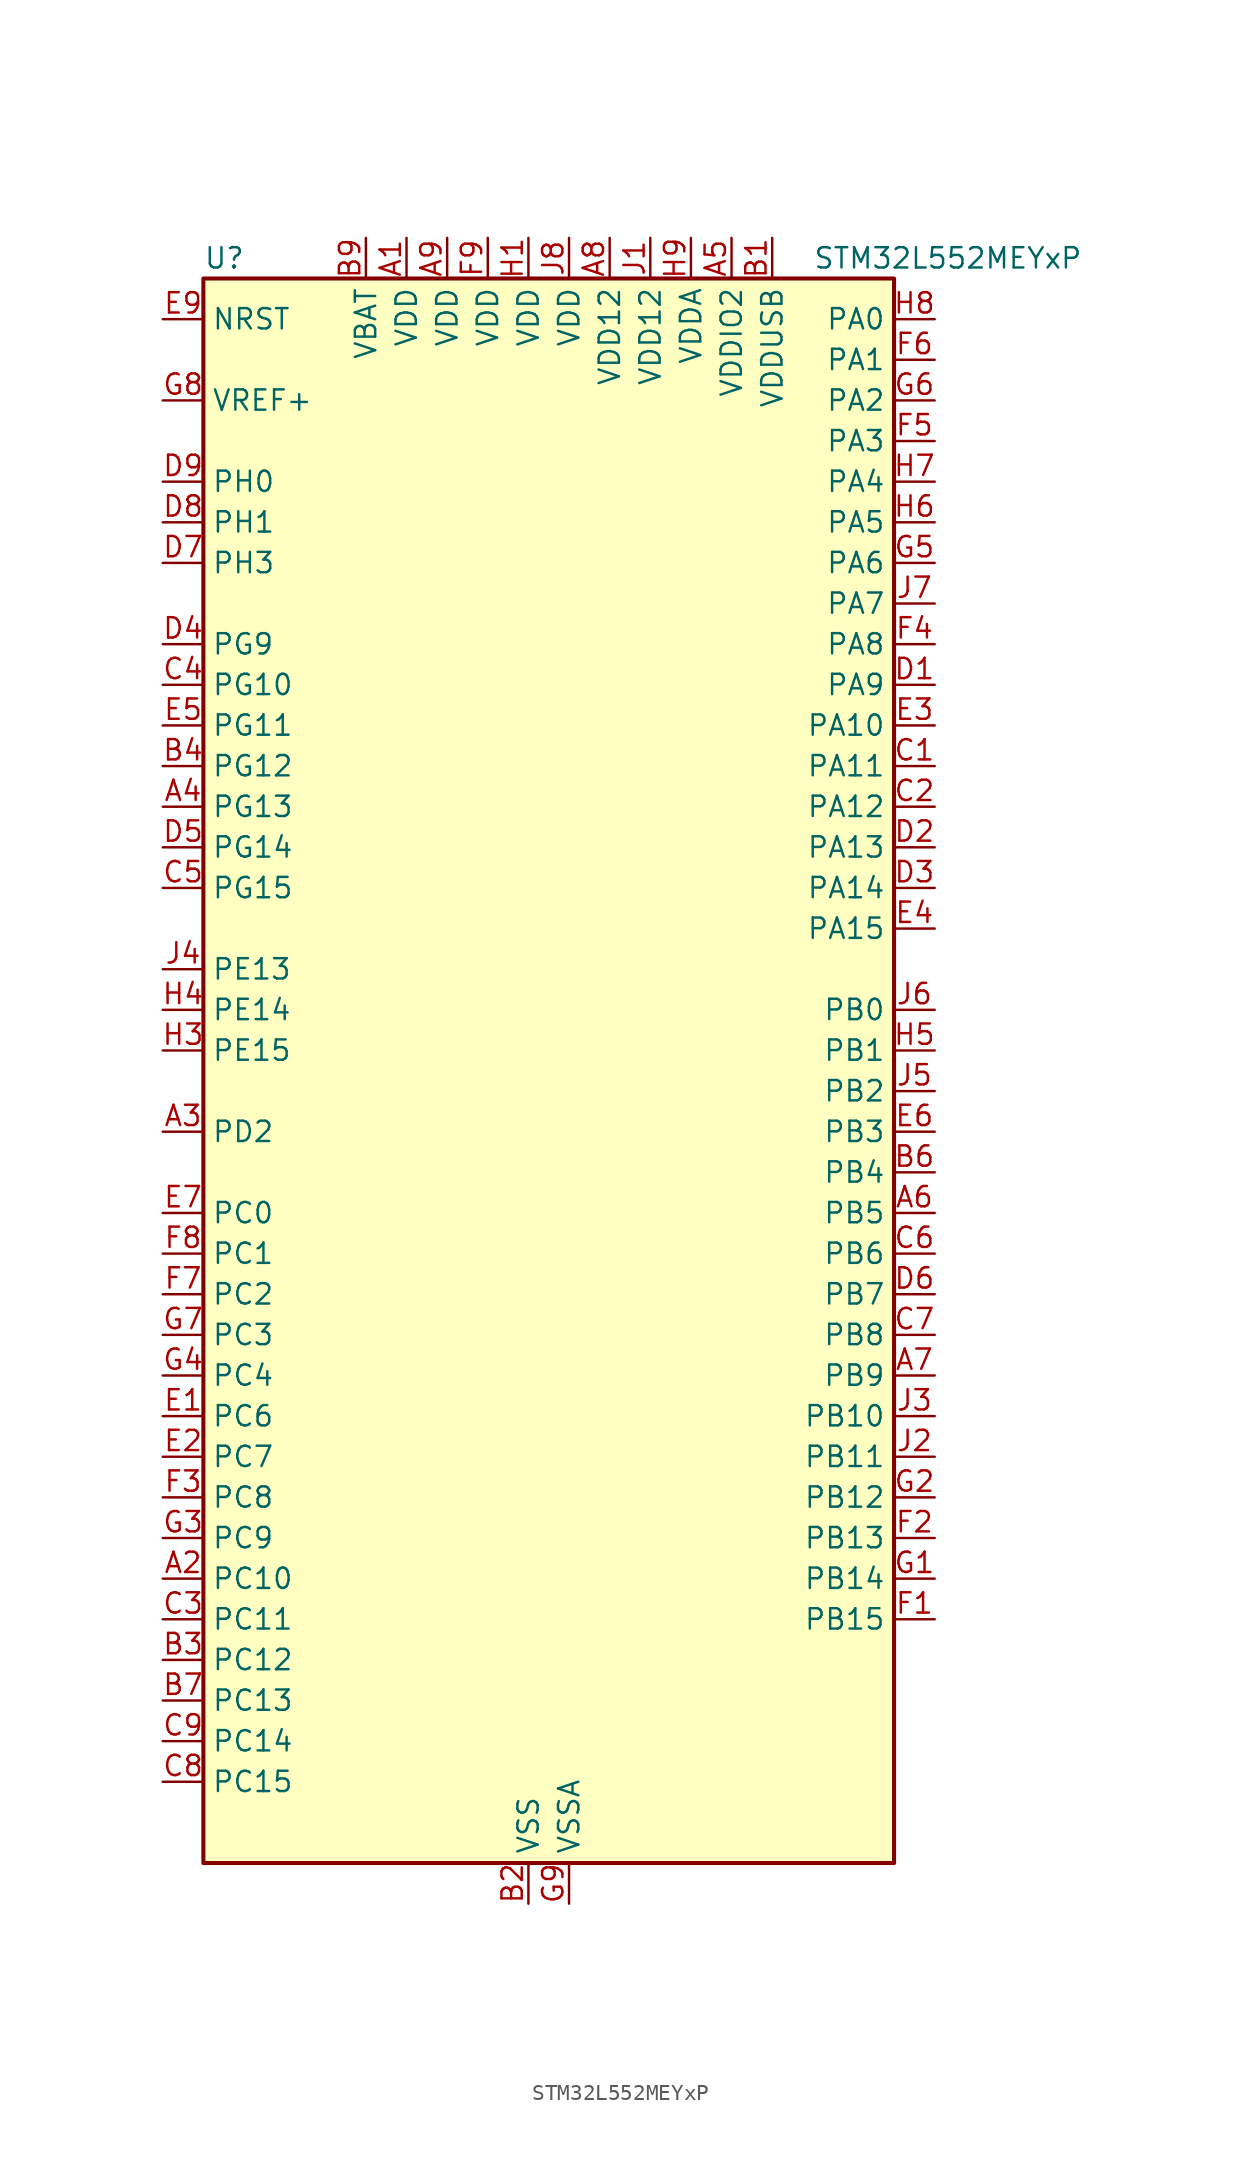
<source format=kicad_sym>
(kicad_symbol_lib
  (version 20220914)
  (generator kicad_symbol_editor)
  (symbol "STM32L552MEYxP"
    (property "Reference" "U"
      (at -20.32 52.07 0)
      (effects (font (size 1.27 1.27)) (justify left)))
    (property "Value" "STM32L552MEYxP"
      (at 17.78 52.07 0)
      (effects (font (size 1.27 1.27)) (justify left)))
    (property "ki_locked" ""
      (at 0 0 0)
      (effects (font (size 1.27 1.27))))
    (symbol "STM32L552MEYxP_0_1"
      (rectangle (start -20.32 -48.26) (end 22.86 50.8) (stroke (width 0.254) (type default)) (fill (type background))))
    (symbol "STM32L552MEYxP_1_1"
      (pin power_in line (at -7.62 53.34 270) (length 2.54) (name "VDD" (effects (font (size 1.27 1.27)))) (number "A1" (effects (font (size 1.27 1.27)))))
      (pin bidirectional line (at -22.86 -30.48 0) (length 2.54) (name "PC10" (effects (font (size 1.27 1.27)))) (number "A2" (effects (font (size 1.27 1.27)))) (alternate "DEBUG_TRACED1" bidirectional line) (alternate "LPTIM3_ETR" bidirectional line) (alternate "SAI2_SCK_B" bidirectional line) (alternate "SDMMC1_D2" bidirectional line) (alternate "SPI3_SCK" bidirectional line) (alternate "TSC_G3_IO2" bidirectional line) (alternate "UART4_TX" bidirectional line) (alternate "USART3_TX" bidirectional line))
      (pin bidirectional line (at -22.86 -2.54 0) (length 2.54) (name "PD2" (effects (font (size 1.27 1.27)))) (number "A3" (effects (font (size 1.27 1.27)))) (alternate "DEBUG_TRACED2" bidirectional line) (alternate "SDMMC1_CMD" bidirectional line) (alternate "TIM3_ETR" bidirectional line) (alternate "TSC_SYNC" bidirectional line) (alternate "UART5_RX" bidirectional line) (alternate "USART3_DE" bidirectional line) (alternate "USART3_RTS" bidirectional line))
      (pin bidirectional line (at -22.86 17.78 0) (length 2.54) (name "PG13" (effects (font (size 1.27 1.27)))) (number "A4" (effects (font (size 1.27 1.27)))) (alternate "I2C1_SDA" bidirectional line) (alternate "USART1_CK" bidirectional line))
      (pin power_in line (at 12.7 53.34 270) (length 2.54) (name "VDDIO2" (effects (font (size 1.27 1.27)))) (number "A5" (effects (font (size 1.27 1.27)))))
      (pin bidirectional line (at 25.4 -7.62 180) (length 2.54) (name "PB5" (effects (font (size 1.27 1.27)))) (number "A6" (effects (font (size 1.27 1.27)))) (alternate "COMP2_OUT" bidirectional line) (alternate "I2C1_SMBA" bidirectional line) (alternate "LPTIM1_IN1" bidirectional line) (alternate "OCTOSPI1_NCLK" bidirectional line) (alternate "SAI1_SD_B" bidirectional line) (alternate "SPI1_MOSI" bidirectional line) (alternate "SPI3_MOSI" bidirectional line) (alternate "TIM16_BKIN" bidirectional line) (alternate "TIM3_CH2" bidirectional line) (alternate "TSC_G2_IO2" bidirectional line) (alternate "UART5_CTS" bidirectional line) (alternate "UCPD1_DBCC1" bidirectional line) (alternate "USART1_CK" bidirectional line))
      (pin bidirectional line (at 25.4 -17.78 180) (length 2.54) (name "PB9" (effects (font (size 1.27 1.27)))) (number "A7" (effects (font (size 1.27 1.27)))) (alternate "DAC1_EXTI9" bidirectional line) (alternate "FDCAN1_TX" bidirectional line) (alternate "I2C1_SDA" bidirectional line) (alternate "IR_OUT" bidirectional line) (alternate "SAI1_D2" bidirectional line) (alternate "SAI1_FS_A" bidirectional line) (alternate "SDMMC1_CDIR" bidirectional line) (alternate "SDMMC1_D5" bidirectional line) (alternate "SPI2_NSS" bidirectional line) (alternate "TIM17_CH1" bidirectional line) (alternate "TIM4_CH4" bidirectional line))
      (pin power_in line (at 5.08 53.34 270) (length 2.54) (name "VDD12" (effects (font (size 1.27 1.27)))) (number "A8" (effects (font (size 1.27 1.27)))))
      (pin power_in line (at -5.08 53.34 270) (length 2.54) (name "VDD" (effects (font (size 1.27 1.27)))) (number "A9" (effects (font (size 1.27 1.27)))))
      (pin power_in line (at 15.24 53.34 270) (length 2.54) (name "VDDUSB" (effects (font (size 1.27 1.27)))) (number "B1" (effects (font (size 1.27 1.27)))))
      (pin power_in line (at 0 -50.8 90) (length 2.54) (name "VSS" (effects (font (size 1.27 1.27)))) (number "B2" (effects (font (size 1.27 1.27)))))
      (pin bidirectional line (at -22.86 -35.56 0) (length 2.54) (name "PC12" (effects (font (size 1.27 1.27)))) (number "B3" (effects (font (size 1.27 1.27)))) (alternate "DEBUG_TRACED3" bidirectional line) (alternate "SAI2_SD_B" bidirectional line) (alternate "SDMMC1_CK" bidirectional line) (alternate "SPI3_MOSI" bidirectional line) (alternate "TSC_G3_IO4" bidirectional line) (alternate "UART5_TX" bidirectional line) (alternate "USART3_CK" bidirectional line))
      (pin bidirectional line (at -22.86 20.32 0) (length 2.54) (name "PG12" (effects (font (size 1.27 1.27)))) (number "B4" (effects (font (size 1.27 1.27)))) (alternate "LPTIM1_ETR" bidirectional line) (alternate "SAI2_SD_A" bidirectional line) (alternate "SPI3_NSS" bidirectional line) (alternate "USART1_DE" bidirectional line) (alternate "USART1_RTS" bidirectional line))
      (pin passive line (at 0 -50.8 90) (length 2.54) hide (name "VSS" (effects (font (size 1.27 1.27)))) (number "B5" (effects (font (size 1.27 1.27)))))
      (pin bidirectional line (at 25.4 -5.08 180) (length 2.54) (name "PB4" (effects (font (size 1.27 1.27)))) (number "B6" (effects (font (size 1.27 1.27)))) (alternate "COMP2_INP" bidirectional line) (alternate "DEBUG_JTRST" bidirectional line) (alternate "I2C3_SDA" bidirectional line) (alternate "SAI1_MCLK_B" bidirectional line) (alternate "SPI1_MISO" bidirectional line) (alternate "SPI3_MISO" bidirectional line) (alternate "TIM17_BKIN" bidirectional line) (alternate "TIM3_CH1" bidirectional line) (alternate "TSC_G2_IO1" bidirectional line) (alternate "UART5_DE" bidirectional line) (alternate "UART5_RTS" bidirectional line) (alternate "USART1_CTS" bidirectional line) (alternate "USART1_NSS" bidirectional line))
      (pin bidirectional line (at -22.86 -38.1 0) (length 2.54) (name "PC13" (effects (font (size 1.27 1.27)))) (number "B7" (effects (font (size 1.27 1.27)))) (alternate "PWR_WKUP2" bidirectional line) (alternate "RTC_OUT1" bidirectional line) (alternate "RTC_TS" bidirectional line) (alternate "TAMP_IN1" bidirectional line) (alternate "TAMP_OUT2" bidirectional line))
      (pin passive line (at 0 -50.8 90) (length 2.54) hide (name "VSS" (effects (font (size 1.27 1.27)))) (number "B8" (effects (font (size 1.27 1.27)))))
      (pin power_in line (at -10.16 53.34 270) (length 2.54) (name "VBAT" (effects (font (size 1.27 1.27)))) (number "B9" (effects (font (size 1.27 1.27)))))
      (pin bidirectional line (at 25.4 20.32 180) (length 2.54) (name "PA11" (effects (font (size 1.27 1.27)))) (number "C1" (effects (font (size 1.27 1.27)))) (alternate "ADC1_EXTI11" bidirectional line) (alternate "ADC2_EXTI11" bidirectional line) (alternate "FDCAN1_RX" bidirectional line) (alternate "SPI1_MISO" bidirectional line) (alternate "TIM1_BKIN2" bidirectional line) (alternate "TIM1_CH4" bidirectional line) (alternate "USART1_CTS" bidirectional line) (alternate "USART1_NSS" bidirectional line) (alternate "USB_DM" bidirectional line))
      (pin bidirectional line (at 25.4 17.78 180) (length 2.54) (name "PA12" (effects (font (size 1.27 1.27)))) (number "C2" (effects (font (size 1.27 1.27)))) (alternate "FDCAN1_TX" bidirectional line) (alternate "SPI1_MOSI" bidirectional line) (alternate "TIM1_ETR" bidirectional line) (alternate "USART1_DE" bidirectional line) (alternate "USART1_RTS" bidirectional line) (alternate "USB_DP" bidirectional line))
      (pin bidirectional line (at -22.86 -33.02 0) (length 2.54) (name "PC11" (effects (font (size 1.27 1.27)))) (number "C3" (effects (font (size 1.27 1.27)))) (alternate "ADC1_EXTI11" bidirectional line) (alternate "ADC2_EXTI11" bidirectional line) (alternate "LPTIM3_IN1" bidirectional line) (alternate "OCTOSPI1_NCS" bidirectional line) (alternate "SAI2_MCLK_B" bidirectional line) (alternate "SDMMC1_D3" bidirectional line) (alternate "SPI3_MISO" bidirectional line) (alternate "TSC_G3_IO3" bidirectional line) (alternate "UART4_RX" bidirectional line) (alternate "UCPD1_FRSTX2" bidirectional line) (alternate "USART3_RX" bidirectional line))
      (pin bidirectional line (at -22.86 25.4 0) (length 2.54) (name "PG10" (effects (font (size 1.27 1.27)))) (number "C4" (effects (font (size 1.27 1.27)))) (alternate "LPTIM1_IN1" bidirectional line) (alternate "SAI2_FS_A" bidirectional line) (alternate "SPI3_MISO" bidirectional line) (alternate "TIM15_CH1" bidirectional line) (alternate "USART1_RX" bidirectional line))
      (pin bidirectional line (at -22.86 12.7 0) (length 2.54) (name "PG15" (effects (font (size 1.27 1.27)))) (number "C5" (effects (font (size 1.27 1.27)))) (alternate "ADC1_EXTI15" bidirectional line) (alternate "ADC2_EXTI15" bidirectional line) (alternate "I2C1_SMBA" bidirectional line) (alternate "LPTIM1_OUT" bidirectional line))
      (pin bidirectional line (at 25.4 -10.16 180) (length 2.54) (name "PB6" (effects (font (size 1.27 1.27)))) (number "C6" (effects (font (size 1.27 1.27)))) (alternate "COMP2_INP" bidirectional line) (alternate "I2C1_SCL" bidirectional line) (alternate "I2C4_SCL" bidirectional line) (alternate "LPTIM1_ETR" bidirectional line) (alternate "SAI1_FS_B" bidirectional line) (alternate "TIM16_CH1N" bidirectional line) (alternate "TIM4_CH1" bidirectional line) (alternate "TIM8_BKIN2" bidirectional line) (alternate "TSC_G2_IO3" bidirectional line) (alternate "USART1_TX" bidirectional line))
      (pin bidirectional line (at 25.4 -15.24 180) (length 2.54) (name "PB8" (effects (font (size 1.27 1.27)))) (number "C7" (effects (font (size 1.27 1.27)))) (alternate "DFSDM1_CKOUT" bidirectional line) (alternate "FDCAN1_RX" bidirectional line) (alternate "I2C1_SCL" bidirectional line) (alternate "SAI1_CK1" bidirectional line) (alternate "SAI1_MCLK_A" bidirectional line) (alternate "SDMMC1_CKIN" bidirectional line) (alternate "SDMMC1_D4" bidirectional line) (alternate "TIM16_CH1" bidirectional line) (alternate "TIM4_CH3" bidirectional line))
      (pin bidirectional line (at -22.86 -43.18 0) (length 2.54) (name "PC15" (effects (font (size 1.27 1.27)))) (number "C8" (effects (font (size 1.27 1.27)))) (alternate "ADC1_EXTI15" bidirectional line) (alternate "ADC2_EXTI15" bidirectional line) (alternate "RCC_OSC32_OUT" bidirectional line))
      (pin bidirectional line (at -22.86 -40.64 0) (length 2.54) (name "PC14" (effects (font (size 1.27 1.27)))) (number "C9" (effects (font (size 1.27 1.27)))) (alternate "RCC_OSC32_IN" bidirectional line))
      (pin bidirectional line (at 25.4 25.4 180) (length 2.54) (name "PA9" (effects (font (size 1.27 1.27)))) (number "D1" (effects (font (size 1.27 1.27)))) (alternate "DAC1_EXTI9" bidirectional line) (alternate "SAI1_FS_A" bidirectional line) (alternate "SPI2_SCK" bidirectional line) (alternate "TIM15_BKIN" bidirectional line) (alternate "TIM1_CH2" bidirectional line) (alternate "USART1_TX" bidirectional line))
      (pin bidirectional line (at 25.4 15.24 180) (length 2.54) (name "PA13" (effects (font (size 1.27 1.27)))) (number "D2" (effects (font (size 1.27 1.27)))) (alternate "DEBUG_JTMS-SWDIO" bidirectional line) (alternate "IR_OUT" bidirectional line) (alternate "SAI1_SD_B" bidirectional line) (alternate "USB_NOE" bidirectional line))
      (pin bidirectional line (at 25.4 12.7 180) (length 2.54) (name "PA14" (effects (font (size 1.27 1.27)))) (number "D3" (effects (font (size 1.27 1.27)))) (alternate "DEBUG_JTCK-SWCLK" bidirectional line) (alternate "I2C1_SMBA" bidirectional line) (alternate "I2C4_SMBA" bidirectional line) (alternate "LPTIM1_OUT" bidirectional line) (alternate "SAI1_FS_B" bidirectional line))
      (pin bidirectional line (at -22.86 27.94 0) (length 2.54) (name "PG9" (effects (font (size 1.27 1.27)))) (number "D4" (effects (font (size 1.27 1.27)))) (alternate "DAC1_EXTI9" bidirectional line) (alternate "SAI2_SCK_A" bidirectional line) (alternate "SPI3_SCK" bidirectional line) (alternate "TIM15_CH1N" bidirectional line) (alternate "USART1_TX" bidirectional line))
      (pin bidirectional line (at -22.86 15.24 0) (length 2.54) (name "PG14" (effects (font (size 1.27 1.27)))) (number "D5" (effects (font (size 1.27 1.27)))) (alternate "I2C1_SCL" bidirectional line))
      (pin bidirectional line (at 25.4 -12.7 180) (length 2.54) (name "PB7" (effects (font (size 1.27 1.27)))) (number "D6" (effects (font (size 1.27 1.27)))) (alternate "COMP2_INM" bidirectional line) (alternate "I2C1_SDA" bidirectional line) (alternate "I2C4_SDA" bidirectional line) (alternate "LPTIM1_IN2" bidirectional line) (alternate "PWR_PVD_IN" bidirectional line) (alternate "TIM17_CH1N" bidirectional line) (alternate "TIM4_CH2" bidirectional line) (alternate "TIM8_BKIN" bidirectional line) (alternate "TSC_G2_IO4" bidirectional line) (alternate "UART4_CTS" bidirectional line) (alternate "USART1_RX" bidirectional line))
      (pin bidirectional line (at -22.86 33.02 0) (length 2.54) (name "PH3" (effects (font (size 1.27 1.27)))) (number "D7" (effects (font (size 1.27 1.27)))))
      (pin bidirectional line (at -22.86 35.56 0) (length 2.54) (name "PH1" (effects (font (size 1.27 1.27)))) (number "D8" (effects (font (size 1.27 1.27)))) (alternate "RCC_OSC_OUT" bidirectional line))
      (pin bidirectional line (at -22.86 38.1 0) (length 2.54) (name "PH0" (effects (font (size 1.27 1.27)))) (number "D9" (effects (font (size 1.27 1.27)))) (alternate "RCC_OSC_IN" bidirectional line))
      (pin bidirectional line (at -22.86 -20.32 0) (length 2.54) (name "PC6" (effects (font (size 1.27 1.27)))) (number "E1" (effects (font (size 1.27 1.27)))) (alternate "DFSDM1_CKIN3" bidirectional line) (alternate "SAI2_MCLK_A" bidirectional line) (alternate "SDMMC1_D0DIR" bidirectional line) (alternate "SDMMC1_D6" bidirectional line) (alternate "TIM3_CH1" bidirectional line) (alternate "TIM8_CH1" bidirectional line) (alternate "TSC_G4_IO1" bidirectional line))
      (pin bidirectional line (at -22.86 -22.86 0) (length 2.54) (name "PC7" (effects (font (size 1.27 1.27)))) (number "E2" (effects (font (size 1.27 1.27)))) (alternate "DFSDM1_DATIN3" bidirectional line) (alternate "SAI2_MCLK_B" bidirectional line) (alternate "SDMMC1_D123DIR" bidirectional line) (alternate "SDMMC1_D7" bidirectional line) (alternate "TIM3_CH2" bidirectional line) (alternate "TIM8_CH2" bidirectional line) (alternate "TSC_G4_IO2" bidirectional line))
      (pin bidirectional line (at 25.4 22.86 180) (length 2.54) (name "PA10" (effects (font (size 1.27 1.27)))) (number "E3" (effects (font (size 1.27 1.27)))) (alternate "CRS_SYNC" bidirectional line) (alternate "SAI1_D1" bidirectional line) (alternate "SAI1_SD_A" bidirectional line) (alternate "TIM17_BKIN" bidirectional line) (alternate "TIM1_CH3" bidirectional line) (alternate "USART1_RX" bidirectional line))
      (pin bidirectional line (at 25.4 10.16 180) (length 2.54) (name "PA15" (effects (font (size 1.27 1.27)))) (number "E4" (effects (font (size 1.27 1.27)))) (alternate "ADC1_EXTI15" bidirectional line) (alternate "ADC2_EXTI15" bidirectional line) (alternate "DEBUG_JTDI" bidirectional line) (alternate "SAI2_FS_B" bidirectional line) (alternate "SPI1_NSS" bidirectional line) (alternate "SPI3_NSS" bidirectional line) (alternate "TIM2_CH1" bidirectional line) (alternate "TIM2_ETR" bidirectional line) (alternate "UART4_DE" bidirectional line) (alternate "UART4_RTS" bidirectional line) (alternate "UCPD1_CC1" bidirectional line) (alternate "USART2_RX" bidirectional line) (alternate "USART3_DE" bidirectional line) (alternate "USART3_RTS" bidirectional line))
      (pin bidirectional line (at -22.86 22.86 0) (length 2.54) (name "PG11" (effects (font (size 1.27 1.27)))) (number "E5" (effects (font (size 1.27 1.27)))) (alternate "ADC1_EXTI11" bidirectional line) (alternate "ADC2_EXTI11" bidirectional line) (alternate "LPTIM1_IN2" bidirectional line) (alternate "OCTOSPI1_IO5" bidirectional line) (alternate "SAI2_MCLK_A" bidirectional line) (alternate "SPI3_MOSI" bidirectional line) (alternate "TIM15_CH2" bidirectional line) (alternate "USART1_CTS" bidirectional line) (alternate "USART1_NSS" bidirectional line))
      (pin bidirectional line (at 25.4 -2.54 180) (length 2.54) (name "PB3" (effects (font (size 1.27 1.27)))) (number "E6" (effects (font (size 1.27 1.27)))) (alternate "COMP2_INM" bidirectional line) (alternate "CRS_SYNC" bidirectional line) (alternate "DEBUG_JTDO-SWO" bidirectional line) (alternate "SAI1_SCK_B" bidirectional line) (alternate "SPI1_SCK" bidirectional line) (alternate "SPI3_SCK" bidirectional line) (alternate "TIM2_CH2" bidirectional line) (alternate "USART1_DE" bidirectional line) (alternate "USART1_RTS" bidirectional line))
      (pin bidirectional line (at -22.86 -7.62 0) (length 2.54) (name "PC0" (effects (font (size 1.27 1.27)))) (number "E7" (effects (font (size 1.27 1.27)))) (alternate "ADC1_IN1" bidirectional line) (alternate "ADC2_IN1" bidirectional line) (alternate "I2C3_SCL" bidirectional line) (alternate "LPTIM1_IN1" bidirectional line) (alternate "LPTIM2_IN1" bidirectional line) (alternate "LPUART1_RX" bidirectional line) (alternate "OCTOSPI1_IO7" bidirectional line) (alternate "SAI2_FS_A" bidirectional line) (alternate "SDMMC1_D5" bidirectional line))
      (pin passive line (at 0 -50.8 90) (length 2.54) hide (name "VSS" (effects (font (size 1.27 1.27)))) (number "E8" (effects (font (size 1.27 1.27)))))
      (pin input line (at -22.86 48.26 0) (length 2.54) (name "NRST" (effects (font (size 1.27 1.27)))) (number "E9" (effects (font (size 1.27 1.27)))))
      (pin bidirectional line (at 25.4 -33.02 180) (length 2.54) (name "PB15" (effects (font (size 1.27 1.27)))) (number "F1" (effects (font (size 1.27 1.27)))) (alternate "ADC1_EXTI15" bidirectional line) (alternate "ADC2_EXTI15" bidirectional line) (alternate "DFSDM1_CKIN2" bidirectional line) (alternate "RTC_REFIN" bidirectional line) (alternate "SAI2_SD_A" bidirectional line) (alternate "SPI2_MOSI" bidirectional line) (alternate "TIM15_CH2" bidirectional line) (alternate "TIM1_CH3N" bidirectional line) (alternate "TIM8_CH3N" bidirectional line) (alternate "UCPD1_CC2" bidirectional line))
      (pin bidirectional line (at 25.4 -27.94 180) (length 2.54) (name "PB13" (effects (font (size 1.27 1.27)))) (number "F2" (effects (font (size 1.27 1.27)))) (alternate "DFSDM1_CKIN1" bidirectional line) (alternate "I2C2_SCL" bidirectional line) (alternate "LPTIM3_IN1" bidirectional line) (alternate "LPUART1_CTS" bidirectional line) (alternate "SAI2_SCK_A" bidirectional line) (alternate "SPI2_SCK" bidirectional line) (alternate "TIM15_CH1N" bidirectional line) (alternate "TIM1_CH1N" bidirectional line) (alternate "TSC_G1_IO2" bidirectional line) (alternate "UCPD1_FRSTX2" bidirectional line) (alternate "USART3_CTS" bidirectional line) (alternate "USART3_NSS" bidirectional line))
      (pin bidirectional line (at -22.86 -25.4 0) (length 2.54) (name "PC8" (effects (font (size 1.27 1.27)))) (number "F3" (effects (font (size 1.27 1.27)))) (alternate "SDMMC1_D0" bidirectional line) (alternate "TIM3_CH3" bidirectional line) (alternate "TIM8_CH3" bidirectional line) (alternate "TSC_G4_IO3" bidirectional line))
      (pin bidirectional line (at 25.4 27.94 180) (length 2.54) (name "PA8" (effects (font (size 1.27 1.27)))) (number "F4" (effects (font (size 1.27 1.27)))) (alternate "LPTIM2_OUT" bidirectional line) (alternate "RCC_MCO" bidirectional line) (alternate "SAI1_CK2" bidirectional line) (alternate "SAI1_SCK_A" bidirectional line) (alternate "TIM1_CH1" bidirectional line) (alternate "USART1_CK" bidirectional line))
      (pin bidirectional line (at 25.4 40.64 180) (length 2.54) (name "PA3" (effects (font (size 1.27 1.27)))) (number "F5" (effects (font (size 1.27 1.27)))) (alternate "ADC1_IN8" bidirectional line) (alternate "ADC2_IN8" bidirectional line) (alternate "LPUART1_RX" bidirectional line) (alternate "OCTOSPI1_CLK" bidirectional line) (alternate "OPAMP1_VOUT" bidirectional line) (alternate "SAI1_CK1" bidirectional line) (alternate "SAI1_MCLK_A" bidirectional line) (alternate "TIM15_CH2" bidirectional line) (alternate "TIM2_CH4" bidirectional line) (alternate "TIM5_CH4" bidirectional line) (alternate "USART2_RX" bidirectional line))
      (pin bidirectional line (at 25.4 45.72 180) (length 2.54) (name "PA1" (effects (font (size 1.27 1.27)))) (number "F6" (effects (font (size 1.27 1.27)))) (alternate "ADC1_IN6" bidirectional line) (alternate "ADC2_IN6" bidirectional line) (alternate "I2C1_SMBA" bidirectional line) (alternate "OCTOSPI1_DQS" bidirectional line) (alternate "OPAMP1_VINM" bidirectional line) (alternate "SPI1_SCK" bidirectional line) (alternate "TAMP_IN5" bidirectional line) (alternate "TAMP_OUT4" bidirectional line) (alternate "TIM15_CH1N" bidirectional line) (alternate "TIM2_CH2" bidirectional line) (alternate "TIM5_CH2" bidirectional line) (alternate "UART4_RX" bidirectional line) (alternate "USART2_DE" bidirectional line) (alternate "USART2_RTS" bidirectional line))
      (pin bidirectional line (at -22.86 -12.7 0) (length 2.54) (name "PC2" (effects (font (size 1.27 1.27)))) (number "F7" (effects (font (size 1.27 1.27)))) (alternate "ADC1_IN3" bidirectional line) (alternate "ADC2_IN3" bidirectional line) (alternate "DFSDM1_CKOUT" bidirectional line) (alternate "LPTIM1_IN2" bidirectional line) (alternate "OCTOSPI1_IO5" bidirectional line) (alternate "SPI2_MISO" bidirectional line))
      (pin bidirectional line (at -22.86 -10.16 0) (length 2.54) (name "PC1" (effects (font (size 1.27 1.27)))) (number "F8" (effects (font (size 1.27 1.27)))) (alternate "ADC1_IN2" bidirectional line) (alternate "ADC2_IN2" bidirectional line) (alternate "DEBUG_TRACED0" bidirectional line) (alternate "I2C3_SDA" bidirectional line) (alternate "LPTIM1_OUT" bidirectional line) (alternate "LPUART1_TX" bidirectional line) (alternate "OCTOSPI1_IO4" bidirectional line) (alternate "SAI1_SD_A" bidirectional line) (alternate "SPI2_MOSI" bidirectional line))
      (pin power_in line (at -2.54 53.34 270) (length 2.54) (name "VDD" (effects (font (size 1.27 1.27)))) (number "F9" (effects (font (size 1.27 1.27)))))
      (pin bidirectional line (at 25.4 -30.48 180) (length 2.54) (name "PB14" (effects (font (size 1.27 1.27)))) (number "G1" (effects (font (size 1.27 1.27)))) (alternate "DFSDM1_DATIN2" bidirectional line) (alternate "I2C2_SDA" bidirectional line) (alternate "LPTIM3_ETR" bidirectional line) (alternate "SAI2_MCLK_A" bidirectional line) (alternate "SPI2_MISO" bidirectional line) (alternate "TIM15_CH1" bidirectional line) (alternate "TIM1_CH2N" bidirectional line) (alternate "TIM8_CH2N" bidirectional line) (alternate "TSC_G1_IO3" bidirectional line) (alternate "UCPD1_DBCC2" bidirectional line) (alternate "USART3_DE" bidirectional line) (alternate "USART3_RTS" bidirectional line))
      (pin bidirectional line (at 25.4 -25.4 180) (length 2.54) (name "PB12" (effects (font (size 1.27 1.27)))) (number "G2" (effects (font (size 1.27 1.27)))) (alternate "DFSDM1_DATIN1" bidirectional line) (alternate "I2C2_SMBA" bidirectional line) (alternate "LPUART1_DE" bidirectional line) (alternate "LPUART1_RTS" bidirectional line) (alternate "OCTOSPI1_NCLK" bidirectional line) (alternate "SAI2_FS_A" bidirectional line) (alternate "SPI2_NSS" bidirectional line) (alternate "TIM15_BKIN" bidirectional line) (alternate "TIM1_BKIN" bidirectional line) (alternate "TSC_G1_IO1" bidirectional line) (alternate "USART3_CK" bidirectional line))
      (pin bidirectional line (at -22.86 -27.94 0) (length 2.54) (name "PC9" (effects (font (size 1.27 1.27)))) (number "G3" (effects (font (size 1.27 1.27)))) (alternate "DAC1_EXTI9" bidirectional line) (alternate "DEBUG_TRACED0" bidirectional line) (alternate "SAI2_EXTCLK" bidirectional line) (alternate "SDMMC1_D1" bidirectional line) (alternate "TIM3_CH4" bidirectional line) (alternate "TIM8_BKIN2" bidirectional line) (alternate "TIM8_CH4" bidirectional line) (alternate "TSC_G4_IO4" bidirectional line) (alternate "USB_NOE" bidirectional line))
      (pin bidirectional line (at -22.86 -17.78 0) (length 2.54) (name "PC4" (effects (font (size 1.27 1.27)))) (number "G4" (effects (font (size 1.27 1.27)))) (alternate "ADC1_IN13" bidirectional line) (alternate "ADC2_IN13" bidirectional line) (alternate "COMP1_INM" bidirectional line) (alternate "OCTOSPI1_IO7" bidirectional line) (alternate "USART3_TX" bidirectional line))
      (pin bidirectional line (at 25.4 33.02 180) (length 2.54) (name "PA6" (effects (font (size 1.27 1.27)))) (number "G5" (effects (font (size 1.27 1.27)))) (alternate "ADC1_IN11" bidirectional line) (alternate "ADC2_IN11" bidirectional line) (alternate "LPUART1_CTS" bidirectional line) (alternate "OCTOSPI1_IO3" bidirectional line) (alternate "OPAMP2_VINP" bidirectional line) (alternate "SPI1_MISO" bidirectional line) (alternate "TIM16_CH1" bidirectional line) (alternate "TIM1_BKIN" bidirectional line) (alternate "TIM3_CH1" bidirectional line) (alternate "TIM8_BKIN" bidirectional line) (alternate "USART3_CTS" bidirectional line) (alternate "USART3_NSS" bidirectional line))
      (pin bidirectional line (at 25.4 43.18 180) (length 2.54) (name "PA2" (effects (font (size 1.27 1.27)))) (number "G6" (effects (font (size 1.27 1.27)))) (alternate "ADC1_IN7" bidirectional line) (alternate "ADC2_IN7" bidirectional line) (alternate "COMP1_INP" bidirectional line) (alternate "LPUART1_TX" bidirectional line) (alternate "OCTOSPI1_NCS" bidirectional line) (alternate "PWR_WKUP4" bidirectional line) (alternate "RCC_LSCO" bidirectional line) (alternate "SAI2_EXTCLK" bidirectional line) (alternate "TIM15_CH1" bidirectional line) (alternate "TIM2_CH3" bidirectional line) (alternate "TIM5_CH3" bidirectional line) (alternate "UCPD1_FRSTX1" bidirectional line) (alternate "USART2_TX" bidirectional line))
      (pin bidirectional line (at -22.86 -15.24 0) (length 2.54) (name "PC3" (effects (font (size 1.27 1.27)))) (number "G7" (effects (font (size 1.27 1.27)))) (alternate "ADC1_IN4" bidirectional line) (alternate "ADC2_IN4" bidirectional line) (alternate "LPTIM1_ETR" bidirectional line) (alternate "LPTIM2_ETR" bidirectional line) (alternate "LPTIM3_OUT" bidirectional line) (alternate "OCTOSPI1_IO6" bidirectional line) (alternate "SAI1_D1" bidirectional line) (alternate "SAI1_SD_A" bidirectional line) (alternate "SPI2_MOSI" bidirectional line))
      (pin input line (at -22.86 43.18 0) (length 2.54) (name "VREF+" (effects (font (size 1.27 1.27)))) (number "G8" (effects (font (size 1.27 1.27)))))
      (pin power_in line (at 2.54 -50.8 90) (length 2.54) (name "VSSA" (effects (font (size 1.27 1.27)))) (number "G9" (effects (font (size 1.27 1.27)))))
      (pin power_in line (at 0 53.34 270) (length 2.54) (name "VDD" (effects (font (size 1.27 1.27)))) (number "H1" (effects (font (size 1.27 1.27)))))
      (pin passive line (at 0 -50.8 90) (length 2.54) hide (name "VSS" (effects (font (size 1.27 1.27)))) (number "H2" (effects (font (size 1.27 1.27)))))
      (pin bidirectional line (at -22.86 2.54 0) (length 2.54) (name "PE15" (effects (font (size 1.27 1.27)))) (number "H3" (effects (font (size 1.27 1.27)))) (alternate "ADC1_EXTI15" bidirectional line) (alternate "ADC2_EXTI15" bidirectional line) (alternate "OCTOSPI1_IO3" bidirectional line) (alternate "SPI1_MOSI" bidirectional line) (alternate "TIM1_BKIN" bidirectional line))
      (pin bidirectional line (at -22.86 5.08 0) (length 2.54) (name "PE14" (effects (font (size 1.27 1.27)))) (number "H4" (effects (font (size 1.27 1.27)))) (alternate "OCTOSPI1_IO2" bidirectional line) (alternate "SPI1_MISO" bidirectional line) (alternate "TIM1_BKIN2" bidirectional line) (alternate "TIM1_CH4" bidirectional line))
      (pin bidirectional line (at 25.4 2.54 180) (length 2.54) (name "PB1" (effects (font (size 1.27 1.27)))) (number "H5" (effects (font (size 1.27 1.27)))) (alternate "ADC1_IN16" bidirectional line) (alternate "ADC2_IN16" bidirectional line) (alternate "COMP1_INM" bidirectional line) (alternate "DFSDM1_DATIN0" bidirectional line) (alternate "LPTIM2_IN1" bidirectional line) (alternate "LPUART1_DE" bidirectional line) (alternate "LPUART1_RTS" bidirectional line) (alternate "OCTOSPI1_IO0" bidirectional line) (alternate "TIM1_CH3N" bidirectional line) (alternate "TIM3_CH4" bidirectional line) (alternate "TIM8_CH3N" bidirectional line) (alternate "USART3_DE" bidirectional line) (alternate "USART3_RTS" bidirectional line))
      (pin bidirectional line (at 25.4 35.56 180) (length 2.54) (name "PA5" (effects (font (size 1.27 1.27)))) (number "H6" (effects (font (size 1.27 1.27)))) (alternate "ADC1_IN10" bidirectional line) (alternate "ADC2_IN10" bidirectional line) (alternate "DAC1_OUT2" bidirectional line) (alternate "LPTIM2_ETR" bidirectional line) (alternate "SPI1_SCK" bidirectional line) (alternate "TIM2_CH1" bidirectional line) (alternate "TIM2_ETR" bidirectional line) (alternate "TIM8_CH1N" bidirectional line))
      (pin bidirectional line (at 25.4 38.1 180) (length 2.54) (name "PA4" (effects (font (size 1.27 1.27)))) (number "H7" (effects (font (size 1.27 1.27)))) (alternate "ADC1_IN9" bidirectional line) (alternate "ADC2_IN9" bidirectional line) (alternate "DAC1_OUT1" bidirectional line) (alternate "LPTIM2_OUT" bidirectional line) (alternate "OCTOSPI1_NCS" bidirectional line) (alternate "SAI1_FS_B" bidirectional line) (alternate "SPI1_NSS" bidirectional line) (alternate "SPI3_NSS" bidirectional line) (alternate "USART2_CK" bidirectional line))
      (pin bidirectional line (at 25.4 48.26 180) (length 2.54) (name "PA0" (effects (font (size 1.27 1.27)))) (number "H8" (effects (font (size 1.27 1.27)))) (alternate "ADC1_IN5" bidirectional line) (alternate "ADC2_IN5" bidirectional line) (alternate "OPAMP1_VINP" bidirectional line) (alternate "PWR_WKUP1" bidirectional line) (alternate "SAI1_EXTCLK" bidirectional line) (alternate "TAMP_IN2" bidirectional line) (alternate "TAMP_OUT1" bidirectional line) (alternate "TIM2_CH1" bidirectional line) (alternate "TIM2_ETR" bidirectional line) (alternate "TIM5_CH1" bidirectional line) (alternate "TIM8_ETR" bidirectional line) (alternate "UART4_TX" bidirectional line) (alternate "USART2_CTS" bidirectional line) (alternate "USART2_NSS" bidirectional line))
      (pin power_in line (at 10.16 53.34 270) (length 2.54) (name "VDDA" (effects (font (size 1.27 1.27)))) (number "H9" (effects (font (size 1.27 1.27)))))
      (pin power_in line (at 7.62 53.34 270) (length 2.54) (name "VDD12" (effects (font (size 1.27 1.27)))) (number "J1" (effects (font (size 1.27 1.27)))))
      (pin bidirectional line (at 25.4 -22.86 180) (length 2.54) (name "PB11" (effects (font (size 1.27 1.27)))) (number "J2" (effects (font (size 1.27 1.27)))) (alternate "ADC1_EXTI11" bidirectional line) (alternate "ADC2_EXTI11" bidirectional line) (alternate "COMP2_OUT" bidirectional line) (alternate "I2C2_SDA" bidirectional line) (alternate "I2C4_SDA" bidirectional line) (alternate "LPUART1_TX" bidirectional line) (alternate "OCTOSPI1_NCS" bidirectional line) (alternate "TIM2_CH4" bidirectional line) (alternate "USART3_RX" bidirectional line))
      (pin bidirectional line (at 25.4 -20.32 180) (length 2.54) (name "PB10" (effects (font (size 1.27 1.27)))) (number "J3" (effects (font (size 1.27 1.27)))) (alternate "COMP1_OUT" bidirectional line) (alternate "I2C2_SCL" bidirectional line) (alternate "I2C4_SCL" bidirectional line) (alternate "LPTIM3_OUT" bidirectional line) (alternate "LPUART1_RX" bidirectional line) (alternate "OCTOSPI1_CLK" bidirectional line) (alternate "SAI1_SCK_A" bidirectional line) (alternate "SPI2_SCK" bidirectional line) (alternate "TIM2_CH3" bidirectional line) (alternate "TSC_SYNC" bidirectional line) (alternate "USART3_TX" bidirectional line))
      (pin bidirectional line (at -22.86 7.62 0) (length 2.54) (name "PE13" (effects (font (size 1.27 1.27)))) (number "J4" (effects (font (size 1.27 1.27)))) (alternate "OCTOSPI1_IO1" bidirectional line) (alternate "SPI1_SCK" bidirectional line) (alternate "TIM1_CH3" bidirectional line) (alternate "TSC_G5_IO4" bidirectional line))
      (pin bidirectional line (at 25.4 0 180) (length 2.54) (name "PB2" (effects (font (size 1.27 1.27)))) (number "J5" (effects (font (size 1.27 1.27)))) (alternate "COMP1_INP" bidirectional line) (alternate "DFSDM1_CKIN0" bidirectional line) (alternate "I2C3_SMBA" bidirectional line) (alternate "LPTIM1_OUT" bidirectional line) (alternate "OCTOSPI1_DQS" bidirectional line) (alternate "RTC_OUT2" bidirectional line) (alternate "UCPD1_FRSTX1" bidirectional line))
      (pin bidirectional line (at 25.4 5.08 180) (length 2.54) (name "PB0" (effects (font (size 1.27 1.27)))) (number "J6" (effects (font (size 1.27 1.27)))) (alternate "ADC1_IN15" bidirectional line) (alternate "ADC2_IN15" bidirectional line) (alternate "COMP1_OUT" bidirectional line) (alternate "OCTOSPI1_IO1" bidirectional line) (alternate "OPAMP2_VOUT" bidirectional line) (alternate "SAI1_EXTCLK" bidirectional line) (alternate "SPI1_NSS" bidirectional line) (alternate "TIM1_CH2N" bidirectional line) (alternate "TIM3_CH3" bidirectional line) (alternate "TIM8_CH2N" bidirectional line) (alternate "USART3_CK" bidirectional line))
      (pin bidirectional line (at 25.4 30.48 180) (length 2.54) (name "PA7" (effects (font (size 1.27 1.27)))) (number "J7" (effects (font (size 1.27 1.27)))) (alternate "ADC1_IN12" bidirectional line) (alternate "ADC2_IN12" bidirectional line) (alternate "I2C3_SCL" bidirectional line) (alternate "OCTOSPI1_IO2" bidirectional line) (alternate "OPAMP2_VINM" bidirectional line) (alternate "SPI1_MOSI" bidirectional line) (alternate "TIM17_CH1" bidirectional line) (alternate "TIM1_CH1N" bidirectional line) (alternate "TIM3_CH2" bidirectional line) (alternate "TIM8_CH1N" bidirectional line))
      (pin power_in line (at 2.54 53.34 270) (length 2.54) (name "VDD" (effects (font (size 1.27 1.27)))) (number "J8" (effects (font (size 1.27 1.27)))))
      (pin passive line (at 0 -50.8 90) (length 2.54) hide (name "VSS" (effects (font (size 1.27 1.27)))) (number "J9" (effects (font (size 1.27 1.27))))))))
</source>
